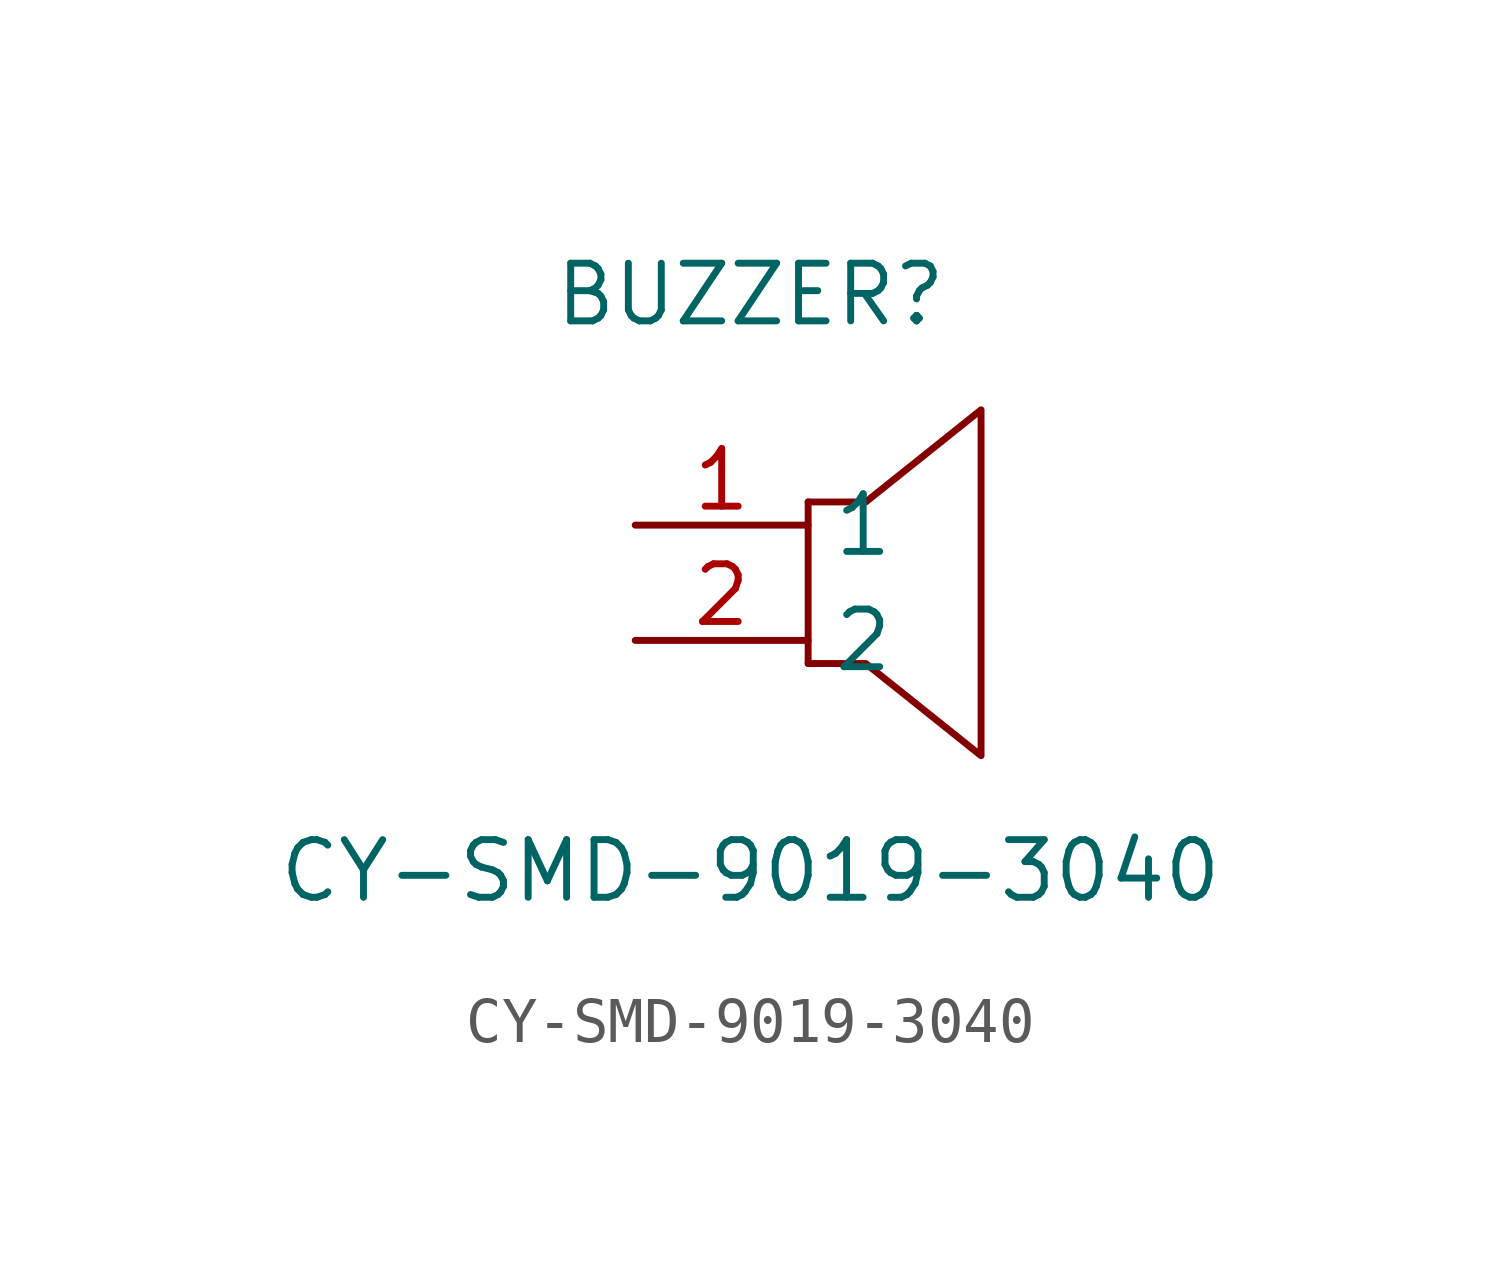
<source format=kicad_sym>
(kicad_symbol_lib
  (version 20220914)
  (generator kicad_symbol_editor)
  (symbol "CY-SMD-9019-3040"
    (property "Reference" "BUZZER"
      (at 0 7.62 0)
      (effects (font (size 1.27 1.27))))
    (property "Value" "CY-SMD-9019-3040"
      (at 0 -5.08 0)
      (effects (font (size 1.27 1.27))))
    (symbol "CY-SMD-9019-3040_0_1"
      (polyline (pts (xy 1.27 3.05) (xy 1.27 -0.51)) (stroke (width 0) (type default)) (fill (type none)))
      (polyline (pts (xy 1.27 3.05) (xy 2.54 3.05) (xy 5.08 5.08) (xy 5.08 -2.54) (xy 2.54 -0.51) (xy 1.27 -0.51)) (stroke (width 0) (type default)) (fill (type none))))
    (symbol "CY-SMD-9019-3040_1_1"
      (pin passive line (at -2.54 2.54 0) (length 3.81) (name "1" (effects (font (size 1.27 1.27)))) (number "1" (effects (font (size 1.27 1.27)))))
      (pin passive line (at -2.54 0 0) (length 3.81) (name "2" (effects (font (size 1.27 1.27)))) (number "2" (effects (font (size 1.27 1.27))))))))
</source>
